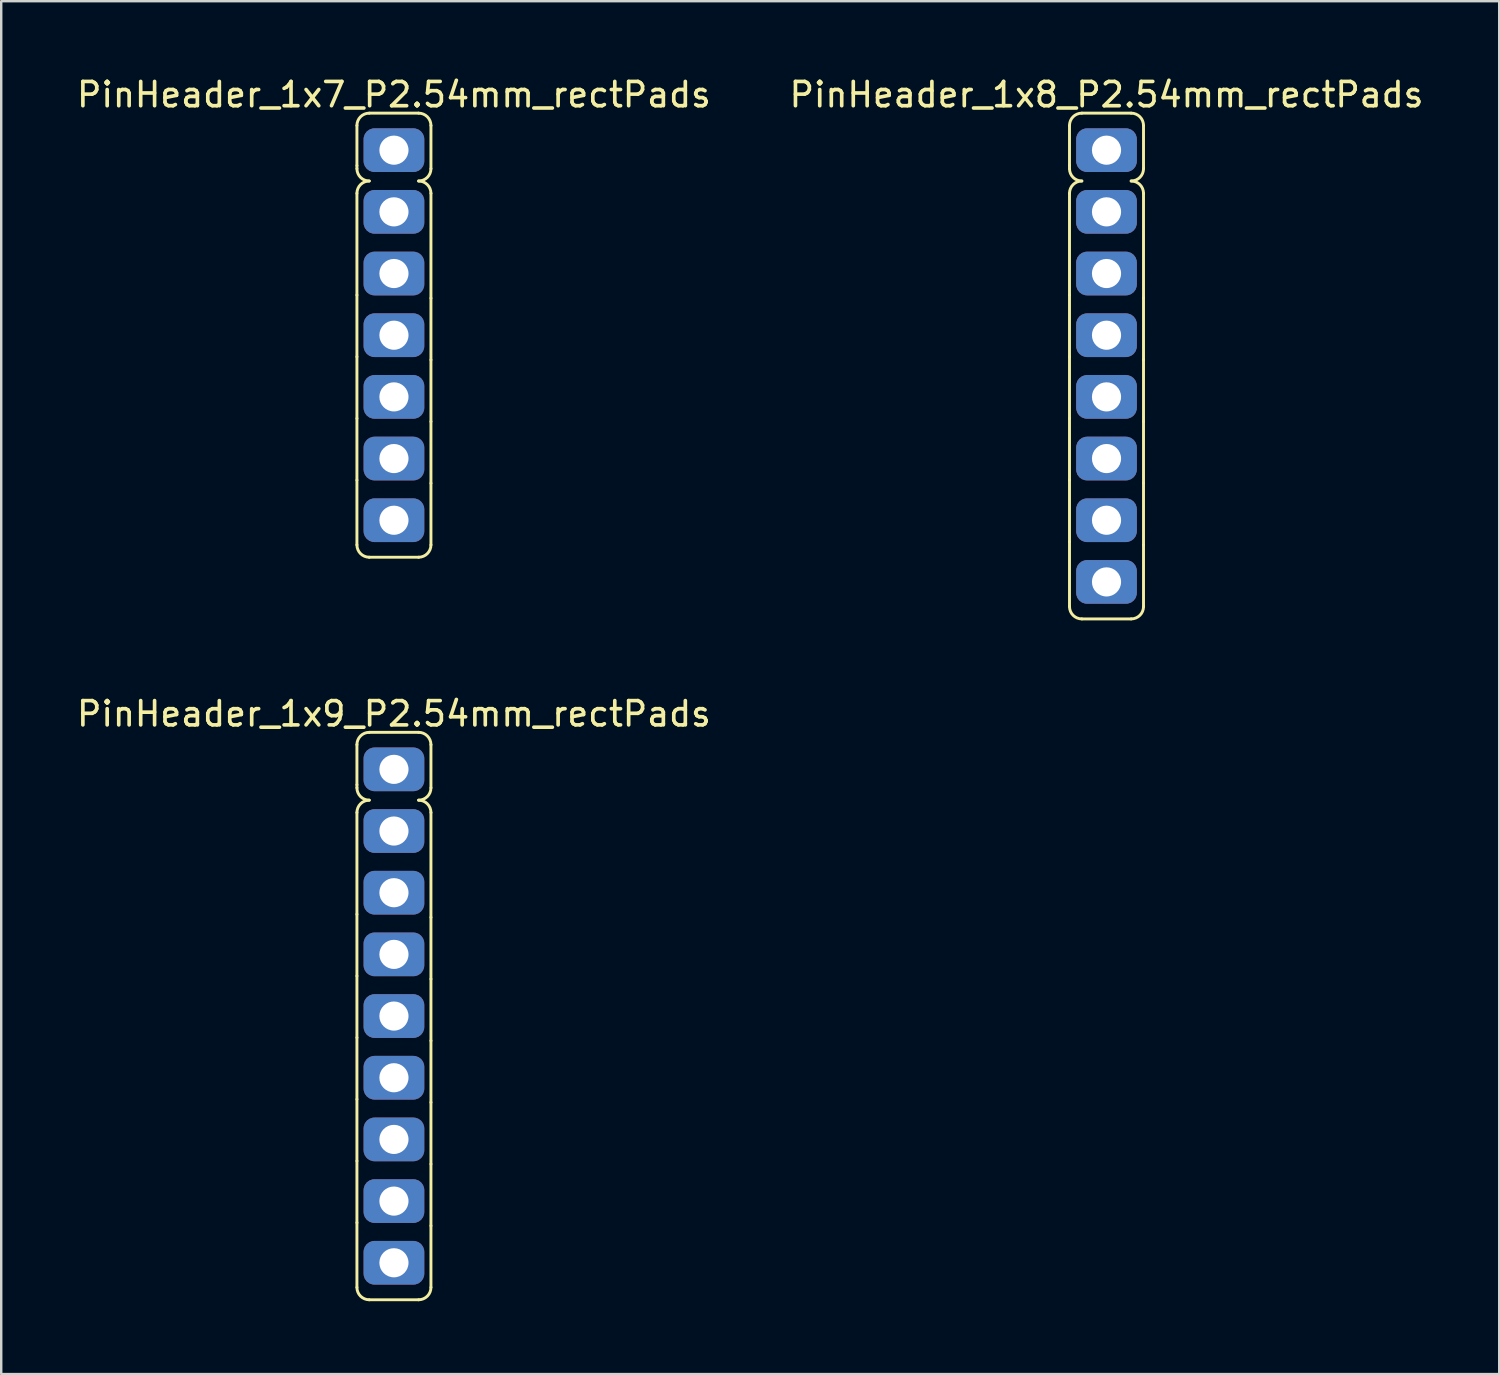
<source format=kicad_pcb>
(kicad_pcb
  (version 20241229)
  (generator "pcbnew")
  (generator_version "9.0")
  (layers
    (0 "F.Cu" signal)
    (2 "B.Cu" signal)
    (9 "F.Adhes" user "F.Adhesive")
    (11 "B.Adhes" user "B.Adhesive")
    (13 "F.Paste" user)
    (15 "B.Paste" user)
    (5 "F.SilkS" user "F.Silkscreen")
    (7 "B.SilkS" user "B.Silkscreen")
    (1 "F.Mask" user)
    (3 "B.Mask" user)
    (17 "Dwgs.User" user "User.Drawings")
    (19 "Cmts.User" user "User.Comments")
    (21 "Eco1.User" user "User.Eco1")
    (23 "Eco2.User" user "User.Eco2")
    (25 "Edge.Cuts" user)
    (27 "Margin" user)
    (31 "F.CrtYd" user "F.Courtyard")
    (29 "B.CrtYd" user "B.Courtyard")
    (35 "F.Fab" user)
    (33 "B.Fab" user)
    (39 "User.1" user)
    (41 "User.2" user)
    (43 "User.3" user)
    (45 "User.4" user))
  (footprint "PinHeader_1x9_P2.54mm_rectPads"
    (layer "F.Cu")
    (at 13.173 28.633)
    (property "Reference" "PinHeader_1x9_P2.54mm_rectPads" (at 0 -2.286 0) (layer "F.SilkS") (effects (font (size 1 1) (thickness 0.15))))
    (attr through_hole)
    (fp_line (start -1.524 0.635) (end -1.524 -1.016) (stroke (width 0.12) (type solid)) (layer "F.SilkS"))
    (fp_line (start -1.524 0.762) (end -1.524 0.635) (stroke (width 0.12) (type solid)) (layer "F.SilkS"))
    (fp_line (start -1.524 5.969) (end -1.524 1.778) (stroke (width 0.12) (type solid)) (layer "F.SilkS"))
    (fp_line (start -1.524 8.509) (end -1.524 5.969) (stroke (width 0.12) (type solid)) (layer "F.SilkS"))
    (fp_line (start -1.524 11.049) (end -1.524 8.509) (stroke (width 0.12) (type solid)) (layer "F.SilkS"))
    (fp_line (start -1.524 13.589) (end -1.524 11.049) (stroke (width 0.12) (type solid)) (layer "F.SilkS"))
    (fp_line (start -1.524 16.129) (end -1.524 13.589) (stroke (width 0.12) (type solid)) (layer "F.SilkS"))
    (fp_line (start -1.524 18.669) (end -1.524 16.129) (stroke (width 0.12) (type solid)) (layer "F.SilkS"))
    (fp_line (start -1.524 18.669) (end -1.524 21.336) (stroke (width 0.12) (type solid)) (layer "F.SilkS"))
    (fp_line (start -1.016 -1.524) (end 1.016 -1.524) (stroke (width 0.12) (type solid)) (layer "F.SilkS"))
    (fp_line (start -1.016 21.844) (end 1.016 21.844) (stroke (width 0.12) (type solid)) (layer "F.SilkS"))
    (fp_line (start 1.524 -1.016) (end 1.524 0.762) (stroke (width 0.12) (type solid)) (layer "F.SilkS"))
    (fp_line (start 1.524 6.096) (end 1.524 1.778) (stroke (width 0.12) (type solid)) (layer "F.SilkS"))
    (fp_line (start 1.524 8.636) (end 1.524 6.096) (stroke (width 0.12) (type solid)) (layer "F.SilkS"))
    (fp_line (start 1.524 11.176) (end 1.524 8.636) (stroke (width 0.12) (type solid)) (layer "F.SilkS"))
    (fp_line (start 1.524 13.716) (end 1.524 11.176) (stroke (width 0.12) (type solid)) (layer "F.SilkS"))
    (fp_line (start 1.524 16.256) (end 1.524 13.716) (stroke (width 0.12) (type solid)) (layer "F.SilkS"))
    (fp_line (start 1.524 18.796) (end 1.524 16.256) (stroke (width 0.12) (type solid)) (layer "F.SilkS"))
    (fp_line (start 1.524 21.336) (end 1.524 18.796) (stroke (width 0.12) (type solid)) (layer "F.SilkS"))
    (fp_arc (start -1.524 -1.016) (mid -1.37521 -1.37521) (end -1.016 -1.524) (stroke (width 0.12) (type solid)) (layer "F.SilkS"))
    (fp_arc (start -1.524 1.778) (mid -1.37521 1.41879) (end -1.016 1.27) (stroke (width 0.12) (type solid)) (layer "F.SilkS"))
    (fp_arc (start -1.016 1.27) (mid -1.37521 1.12121) (end -1.524 0.762) (stroke (width 0.12) (type solid)) (layer "F.SilkS"))
    (fp_arc (start -1.016 21.844) (mid -1.37521 21.69521) (end -1.524 21.336) (stroke (width 0.12) (type solid)) (layer "F.SilkS"))
    (fp_arc (start 1.016 -1.524) (mid 1.37521 -1.37521) (end 1.524 -1.016) (stroke (width 0.12) (type solid)) (layer "F.SilkS"))
    (fp_arc (start 1.016 1.27) (mid 1.37521 1.41879) (end 1.524 1.778) (stroke (width 0.12) (type solid)) (layer "F.SilkS"))
    (fp_arc (start 1.524 0.762) (mid 1.37521 1.12121) (end 1.016 1.27) (stroke (width 0.12) (type solid)) (layer "F.SilkS"))
    (fp_arc (start 1.524 21.336) (mid 1.37521 21.69521) (end 1.016 21.844) (stroke (width 0.12) (type solid)) (layer "F.SilkS"))
    (pad "1" thru_hole roundrect (at 0 0) (size 2.5 1.8) (drill 1.2) (layers "*.Cu" "*.Mask") (roundrect_rratio 0.25))
    (pad "2" thru_hole roundrect (at 0 2.54) (size 2.5 1.8) (drill 1.2) (layers "*.Cu" "*.Mask") (roundrect_rratio 0.25))
    (pad "3" thru_hole roundrect (at 0 5.08) (size 2.5 1.8) (drill 1.2) (layers "*.Cu" "*.Mask") (roundrect_rratio 0.25))
    (pad "4" thru_hole roundrect (at 0 7.62) (size 2.5 1.8) (drill 1.2) (layers "*.Cu" "*.Mask") (roundrect_rratio 0.25))
    (pad "5" thru_hole roundrect (at 0 10.16) (size 2.5 1.8) (drill 1.2) (layers "*.Cu" "*.Mask") (roundrect_rratio 0.25))
    (pad "6" thru_hole roundrect (at 0 12.7) (size 2.5 1.8) (drill 1.2) (layers "*.Cu" "*.Mask") (roundrect_rratio 0.25))
    (pad "7" thru_hole roundrect (at 0 15.24) (size 2.5 1.8) (drill 1.2) (layers "*.Cu" "*.Mask") (roundrect_rratio 0.25))
    (pad "8" thru_hole roundrect (at 0 17.78) (size 2.5 1.8) (drill 1.2) (layers "*.Cu" "*.Mask") (roundrect_rratio 0.25))
    (pad "9" thru_hole roundrect (at 0 20.32) (size 2.5 1.8) (drill 1.2) (layers "*.Cu" "*.Mask") (roundrect_rratio 0.25)))
  (footprint "PinHeader_1x7_P2.54mm_rectPads"
    (layer "F.Cu")
    (at 13.173 3.134)
    (property "Reference" "PinHeader_1x7_P2.54mm_rectPads" (at 0 -2.286 0) (layer "F.SilkS") (effects (font (size 1 1) (thickness 0.15))))
    (attr through_hole)
    (fp_line (start -1.524 0.635) (end -1.524 -1.016) (stroke (width 0.12) (type solid)) (layer "F.SilkS"))
    (fp_line (start -1.524 0.762) (end -1.524 0.635) (stroke (width 0.12) (type solid)) (layer "F.SilkS"))
    (fp_line (start -1.524 5.969) (end -1.524 1.778) (stroke (width 0.12) (type solid)) (layer "F.SilkS"))
    (fp_line (start -1.524 8.509) (end -1.524 5.969) (stroke (width 0.12) (type solid)) (layer "F.SilkS"))
    (fp_line (start -1.524 11.049) (end -1.524 8.509) (stroke (width 0.12) (type solid)) (layer "F.SilkS"))
    (fp_line (start -1.524 13.589) (end -1.524 11.049) (stroke (width 0.12) (type solid)) (layer "F.SilkS"))
    (fp_line (start -1.524 13.589) (end -1.524 16.256) (stroke (width 0.12) (type solid)) (layer "F.SilkS"))
    (fp_line (start -1.016 -1.524) (end 1.016 -1.524) (stroke (width 0.12) (type solid)) (layer "F.SilkS"))
    (fp_line (start -1.016 16.764) (end 1.016 16.764) (stroke (width 0.12) (type solid)) (layer "F.SilkS"))
    (fp_line (start 1.524 -1.016) (end 1.524 0.762) (stroke (width 0.12) (type solid)) (layer "F.SilkS"))
    (fp_line (start 1.524 6.096) (end 1.524 1.778) (stroke (width 0.12) (type solid)) (layer "F.SilkS"))
    (fp_line (start 1.524 8.636) (end 1.524 6.096) (stroke (width 0.12) (type solid)) (layer "F.SilkS"))
    (fp_line (start 1.524 11.176) (end 1.524 8.636) (stroke (width 0.12) (type solid)) (layer "F.SilkS"))
    (fp_line (start 1.524 13.716) (end 1.524 11.176) (stroke (width 0.12) (type solid)) (layer "F.SilkS"))
    (fp_line (start 1.524 16.256) (end 1.524 13.716) (stroke (width 0.12) (type solid)) (layer "F.SilkS"))
    (fp_arc (start -1.524 -1.016) (mid -1.37521 -1.37521) (end -1.016 -1.524) (stroke (width 0.12) (type solid)) (layer "F.SilkS"))
    (fp_arc (start -1.524 1.778) (mid -1.37521 1.41879) (end -1.016 1.27) (stroke (width 0.12) (type solid)) (layer "F.SilkS"))
    (fp_arc (start -1.016 1.27) (mid -1.37521 1.12121) (end -1.524 0.762) (stroke (width 0.12) (type solid)) (layer "F.SilkS"))
    (fp_arc (start -1.016 16.764) (mid -1.37521 16.61521) (end -1.524 16.256) (stroke (width 0.12) (type solid)) (layer "F.SilkS"))
    (fp_arc (start 1.016 -1.524) (mid 1.37521 -1.37521) (end 1.524 -1.016) (stroke (width 0.12) (type solid)) (layer "F.SilkS"))
    (fp_arc (start 1.016 1.27) (mid 1.37521 1.41879) (end 1.524 1.778) (stroke (width 0.12) (type solid)) (layer "F.SilkS"))
    (fp_arc (start 1.524 0.762) (mid 1.37521 1.12121) (end 1.016 1.27) (stroke (width 0.12) (type solid)) (layer "F.SilkS"))
    (fp_arc (start 1.524 16.256) (mid 1.37521 16.61521) (end 1.016 16.764) (stroke (width 0.12) (type solid)) (layer "F.SilkS"))
    (pad "1" thru_hole roundrect (at 0 0) (size 2.5 1.8) (drill 1.2) (layers "*.Cu" "*.Mask") (roundrect_rratio 0.25))
    (pad "2" thru_hole roundrect (at 0 2.54) (size 2.5 1.8) (drill 1.2) (layers "*.Cu" "*.Mask") (roundrect_rratio 0.25))
    (pad "3" thru_hole roundrect (at 0 5.08) (size 2.5 1.8) (drill 1.2) (layers "*.Cu" "*.Mask") (roundrect_rratio 0.25))
    (pad "4" thru_hole roundrect (at 0 7.62) (size 2.5 1.8) (drill 1.2) (layers "*.Cu" "*.Mask") (roundrect_rratio 0.25))
    (pad "5" thru_hole roundrect (at 0 10.16) (size 2.5 1.8) (drill 1.2) (layers "*.Cu" "*.Mask") (roundrect_rratio 0.25))
    (pad "6" thru_hole roundrect (at 0 12.7) (size 2.5 1.8) (drill 1.2) (layers "*.Cu" "*.Mask") (roundrect_rratio 0.25))
    (pad "7" thru_hole roundrect (at 0 15.24) (size 2.5 1.8) (drill 1.2) (layers "*.Cu" "*.Mask") (roundrect_rratio 0.25)))
  (footprint "PinHeader_1x8_P2.54mm_rectPads"
    (layer "F.Cu")
    (at 42.518 3.134)
    (property "Reference" "PinHeader_1x8_P2.54mm_rectPads" (at 0 -2.286 0) (layer "F.SilkS") (effects (font (size 1 1) (thickness 0.15))))
    (attr through_hole)
    (fp_line (start -1.524 0.635) (end -1.524 -1.016) (stroke (width 0.12) (type solid)) (layer "F.SilkS"))
    (fp_line (start -1.524 0.762) (end -1.524 0.635) (stroke (width 0.12) (type solid)) (layer "F.SilkS"))
    (fp_line (start -1.524 5.969) (end -1.524 1.778) (stroke (width 0.12) (type solid)) (layer "F.SilkS"))
    (fp_line (start -1.524 8.509) (end -1.524 5.969) (stroke (width 0.12) (type solid)) (layer "F.SilkS"))
    (fp_line (start -1.524 11.049) (end -1.524 8.509) (stroke (width 0.12) (type solid)) (layer "F.SilkS"))
    (fp_line (start -1.524 13.589) (end -1.524 11.049) (stroke (width 0.12) (type solid)) (layer "F.SilkS"))
    (fp_line (start -1.524 16.129) (end -1.524 13.589) (stroke (width 0.12) (type solid)) (layer "F.SilkS"))
    (fp_line (start -1.524 16.129) (end -1.524 18.796) (stroke (width 0.12) (type solid)) (layer "F.SilkS"))
    (fp_line (start -1.016 -1.524) (end 1.016 -1.524) (stroke (width 0.12) (type solid)) (layer "F.SilkS"))
    (fp_line (start -1.016 19.304) (end 1.016 19.304) (stroke (width 0.12) (type solid)) (layer "F.SilkS"))
    (fp_line (start 1.524 -1.016) (end 1.524 0.762) (stroke (width 0.12) (type solid)) (layer "F.SilkS"))
    (fp_line (start 1.524 6.096) (end 1.524 1.778) (stroke (width 0.12) (type solid)) (layer "F.SilkS"))
    (fp_line (start 1.524 8.636) (end 1.524 6.096) (stroke (width 0.12) (type solid)) (layer "F.SilkS"))
    (fp_line (start 1.524 11.176) (end 1.524 8.636) (stroke (width 0.12) (type solid)) (layer "F.SilkS"))
    (fp_line (start 1.524 13.716) (end 1.524 11.176) (stroke (width 0.12) (type solid)) (layer "F.SilkS"))
    (fp_line (start 1.524 16.256) (end 1.524 13.716) (stroke (width 0.12) (type solid)) (layer "F.SilkS"))
    (fp_line (start 1.524 18.796) (end 1.524 16.256) (stroke (width 0.12) (type solid)) (layer "F.SilkS"))
    (fp_arc (start -1.524 -1.016) (mid -1.37521 -1.37521) (end -1.016 -1.524) (stroke (width 0.12) (type solid)) (layer "F.SilkS"))
    (fp_arc (start -1.524 1.778) (mid -1.37521 1.41879) (end -1.016 1.27) (stroke (width 0.12) (type solid)) (layer "F.SilkS"))
    (fp_arc (start -1.016 1.27) (mid -1.37521 1.12121) (end -1.524 0.762) (stroke (width 0.12) (type solid)) (layer "F.SilkS"))
    (fp_arc (start -1.016 19.304) (mid -1.37521 19.15521) (end -1.524 18.796) (stroke (width 0.12) (type solid)) (layer "F.SilkS"))
    (fp_arc (start 1.016 -1.524) (mid 1.37521 -1.37521) (end 1.524 -1.016) (stroke (width 0.12) (type solid)) (layer "F.SilkS"))
    (fp_arc (start 1.016 1.27) (mid 1.37521 1.41879) (end 1.524 1.778) (stroke (width 0.12) (type solid)) (layer "F.SilkS"))
    (fp_arc (start 1.524 0.762) (mid 1.37521 1.12121) (end 1.016 1.27) (stroke (width 0.12) (type solid)) (layer "F.SilkS"))
    (fp_arc (start 1.524 18.796) (mid 1.37521 19.15521) (end 1.016 19.304) (stroke (width 0.12) (type solid)) (layer "F.SilkS"))
    (pad "1" thru_hole roundrect (at 0 0) (size 2.5 1.8) (drill 1.2) (layers "*.Cu" "*.Mask") (roundrect_rratio 0.25))
    (pad "2" thru_hole roundrect (at 0 2.54) (size 2.5 1.8) (drill 1.2) (layers "*.Cu" "*.Mask") (roundrect_rratio 0.25))
    (pad "3" thru_hole roundrect (at 0 5.08) (size 2.5 1.8) (drill 1.2) (layers "*.Cu" "*.Mask") (roundrect_rratio 0.25))
    (pad "4" thru_hole roundrect (at 0 7.62) (size 2.5 1.8) (drill 1.2) (layers "*.Cu" "*.Mask") (roundrect_rratio 0.25))
    (pad "5" thru_hole roundrect (at 0 10.16) (size 2.5 1.8) (drill 1.2) (layers "*.Cu" "*.Mask") (roundrect_rratio 0.25))
    (pad "6" thru_hole roundrect (at 0 12.7) (size 2.5 1.8) (drill 1.2) (layers "*.Cu" "*.Mask") (roundrect_rratio 0.25))
    (pad "7" thru_hole roundrect (at 0 15.24) (size 2.5 1.8) (drill 1.2) (layers "*.Cu" "*.Mask") (roundrect_rratio 0.25))
    (pad "8" thru_hole roundrect (at 0 17.78) (size 2.5 1.8) (drill 1.2) (layers "*.Cu" "*.Mask") (roundrect_rratio 0.25)))
  (gr_rect
    (start -3 -3)
    (end 58.69 53.536)
    (stroke (width 0.1) (type default))
    (fill no)
    (layer "Edge.Cuts")))
</source>
